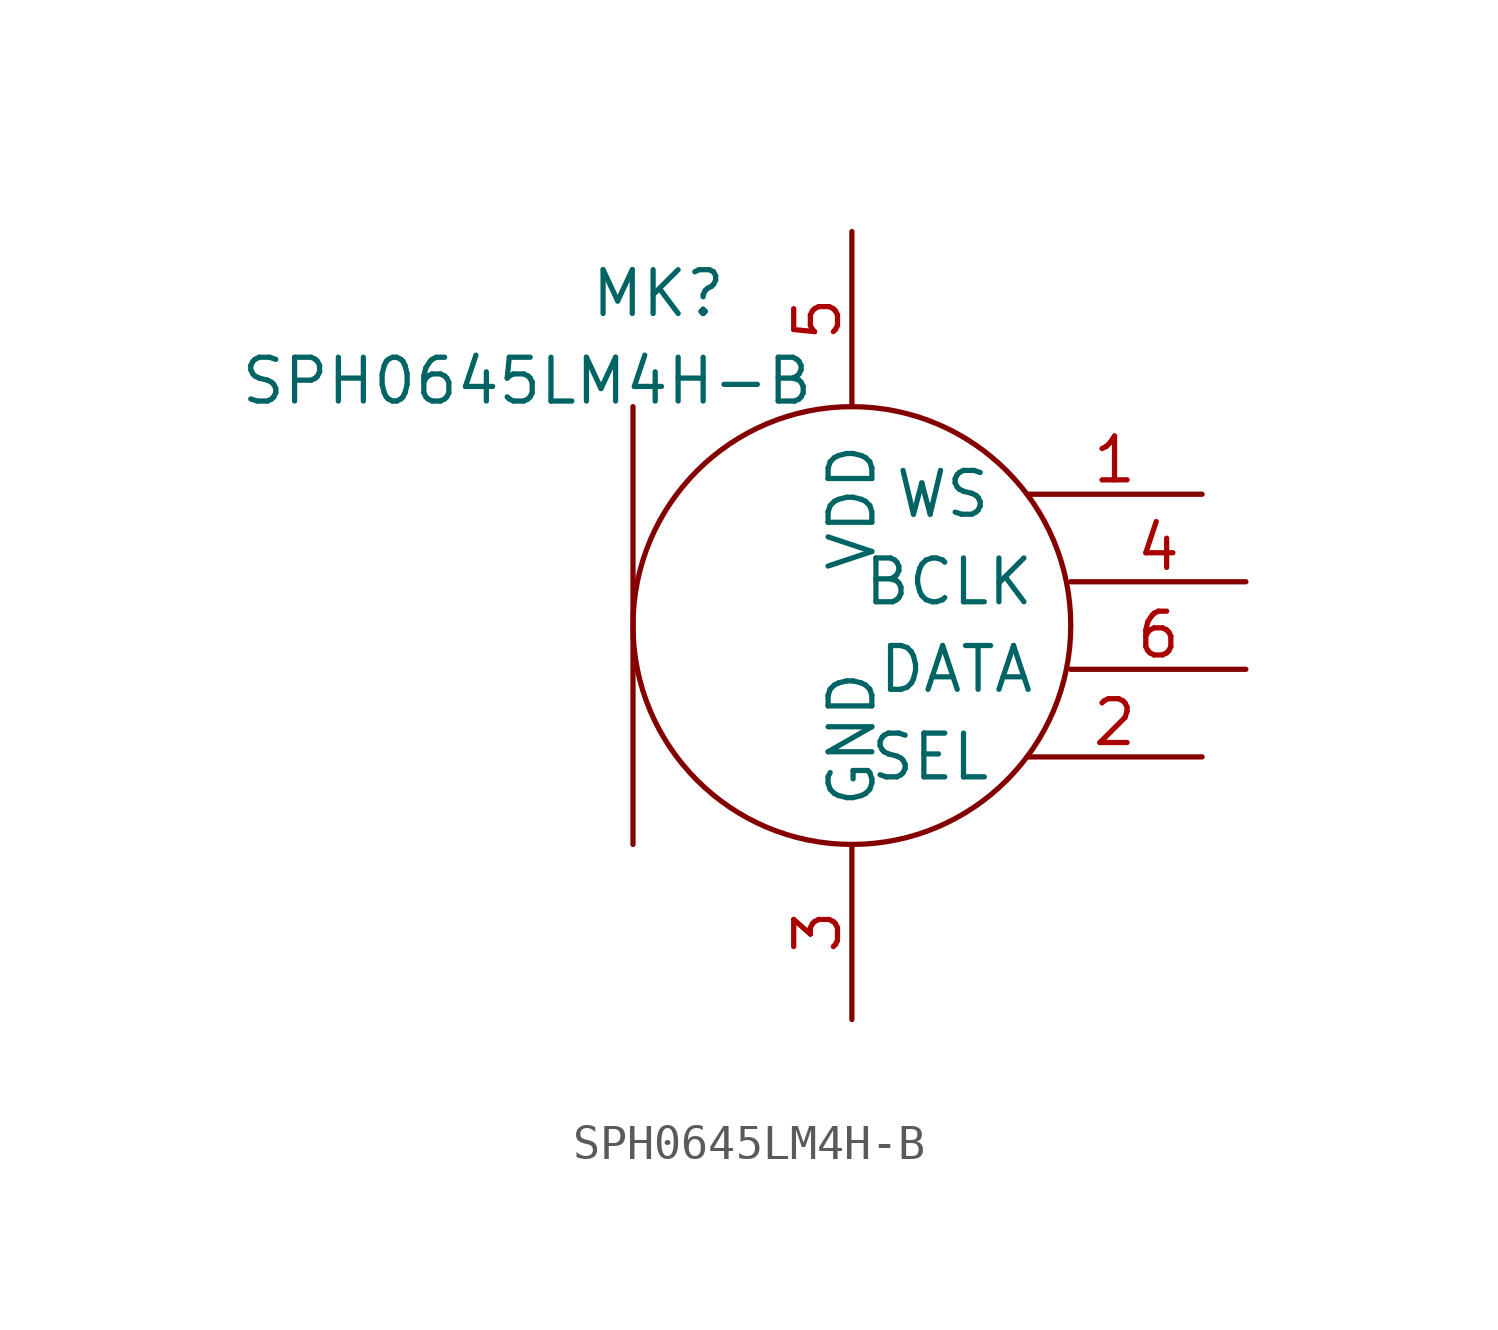
<source format=kicad_sym>
(kicad_symbol_lib
  (version 20201005)
  (generator kicad_symbol_editor)
  (symbol "SPH0645LM4H-B"
    (pin_names
      (offset 1.016))
    (property "Reference" "MK"
      (at -7.62 8.89 0)
      (effects (font (size 1.27 1.27)) (justify left bottom)))
    (property "Value" "SPH0645LM4H-B"
      (at -17.78 6.35 0)
      (effects (font (size 1.27 1.27)) (justify left bottom)))
    (symbol "SPH0645LM4H-B_1_1"
      (circle (center 0 0) (radius 6.35) (stroke (width 0)) (fill (type none)))
      (polyline (pts (xy -6.35 6.35) (xy -6.35 -6.35)) (stroke (width 0)) (fill (type none)))
      (pin bidirectional line (at 10.16 3.81 180) (length 5.08) (name "WS" (effects (font (size 1.27 1.27)))) (number "1" (effects (font (size 1.27 1.27)))))
      (pin input line (at 10.16 -3.81 180) (length 5.08) (name "SEL" (effects (font (size 1.27 1.27)))) (number "2" (effects (font (size 1.27 1.27)))))
      (pin power_in line (at 0 -11.43 90) (length 5.08) (name "GND" (effects (font (size 1.27 1.27)))) (number "3" (effects (font (size 1.27 1.27)))))
      (pin bidirectional line (at 11.43 1.27 180) (length 5.08) (name "BCLK" (effects (font (size 1.27 1.27)))) (number "4" (effects (font (size 1.27 1.27)))))
      (pin power_in line (at 0 11.43 270) (length 5.08) (name "VDD" (effects (font (size 1.27 1.27)))) (number "5" (effects (font (size 1.27 1.27)))))
      (pin bidirectional line (at 11.43 -1.27 180) (length 5.08) (name "DATA" (effects (font (size 1.27 1.27)))) (number "6" (effects (font (size 1.27 1.27))))))))
</source>
